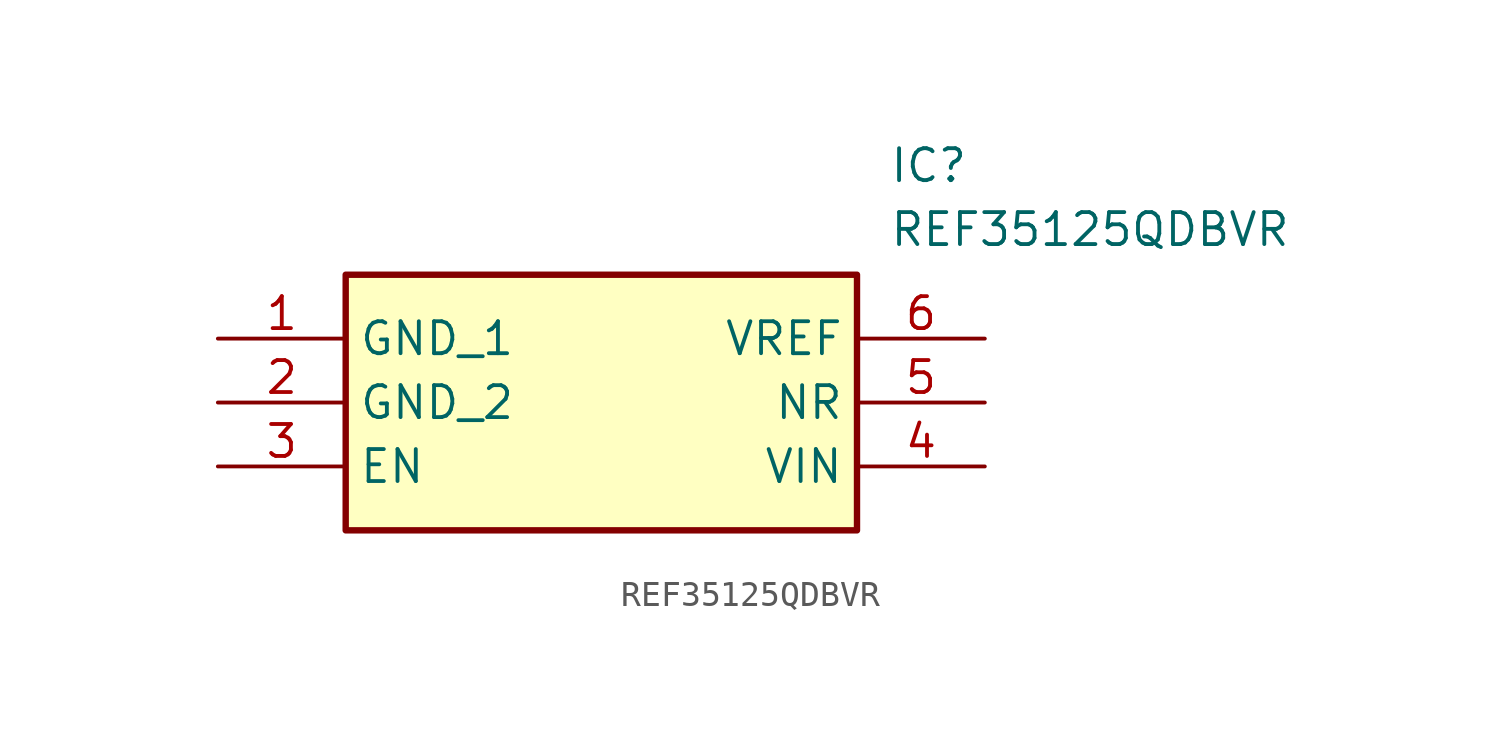
<source format=kicad_sym>
(kicad_symbol_lib
  (version 20211014)
  (generator SamacSys_ECAD_Model)
  (symbol "REF35125QDBVR"
    (property "Reference" "IC"
      (at 26.67 7.62 0)
      (effects (font (size 1.27 1.27)) (justify left top)))
    (property "Value" "REF35125QDBVR"
      (at 26.67 5.08 0)
      (effects (font (size 1.27 1.27)) (justify left top)))
    (rectangle
      (start 5.08 2.54)
      (end 25.4 -7.62)
      (stroke (width 0.254) (type default))
      (fill (type background)))
    (pin passive line
      (at 0 0 0)
      (length 5.08)
      (name "GND_1" (effects (font (size 1.27 1.27))))
      (number "1" (effects (font (size 1.27 1.27)))))
    (pin passive line
      (at 0 -2.54 0)
      (length 5.08)
      (name "GND_2" (effects (font (size 1.27 1.27))))
      (number "2" (effects (font (size 1.27 1.27)))))
    (pin passive line
      (at 0 -5.08 0)
      (length 5.08)
      (name "EN" (effects (font (size 1.27 1.27))))
      (number "3" (effects (font (size 1.27 1.27)))))
    (pin passive line
      (at 30.48 0 180)
      (length 5.08)
      (name "VREF" (effects (font (size 1.27 1.27))))
      (number "6" (effects (font (size 1.27 1.27)))))
    (pin passive line
      (at 30.48 -2.54 180)
      (length 5.08)
      (name "NR" (effects (font (size 1.27 1.27))))
      (number "5" (effects (font (size 1.27 1.27)))))
    (pin passive line
      (at 30.48 -5.08 180)
      (length 5.08)
      (name "VIN" (effects (font (size 1.27 1.27))))
      (number "4" (effects (font (size 1.27 1.27)))))))
</source>
